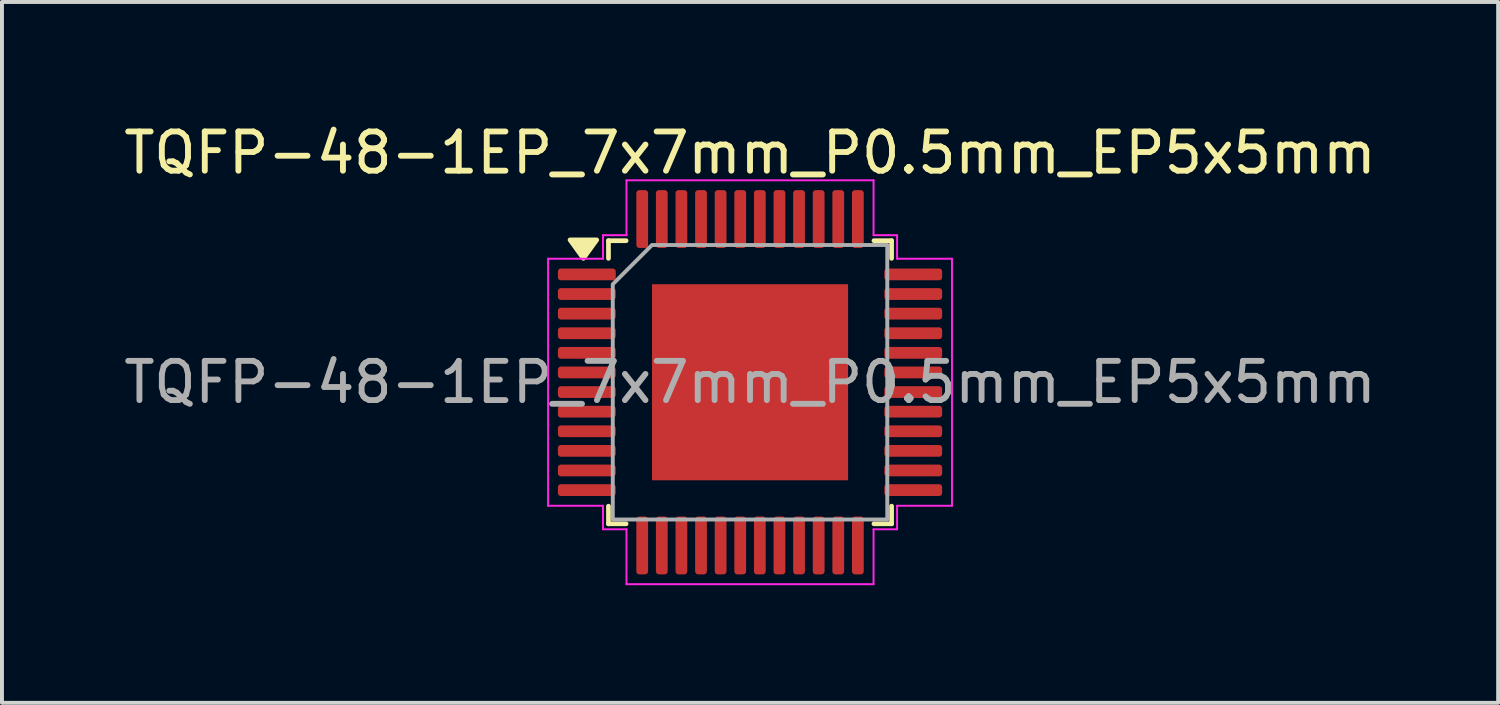
<source format=kicad_pcb>
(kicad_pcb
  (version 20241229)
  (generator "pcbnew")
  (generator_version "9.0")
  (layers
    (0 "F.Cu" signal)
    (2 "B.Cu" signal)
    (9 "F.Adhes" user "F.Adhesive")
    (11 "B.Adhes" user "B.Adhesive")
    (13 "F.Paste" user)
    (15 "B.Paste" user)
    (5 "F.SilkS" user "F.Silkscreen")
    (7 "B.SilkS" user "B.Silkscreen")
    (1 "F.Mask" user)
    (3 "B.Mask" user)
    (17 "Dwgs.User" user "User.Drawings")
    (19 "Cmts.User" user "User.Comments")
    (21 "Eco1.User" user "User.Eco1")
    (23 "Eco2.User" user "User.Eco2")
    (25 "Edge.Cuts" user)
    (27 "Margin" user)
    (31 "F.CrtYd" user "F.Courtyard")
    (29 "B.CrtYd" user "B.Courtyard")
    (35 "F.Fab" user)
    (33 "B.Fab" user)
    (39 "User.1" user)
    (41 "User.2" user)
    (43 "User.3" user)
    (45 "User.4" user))
  (footprint "TQFP-48-1EP_7x7mm_P0.5mm_EP5x5mm"
    (layer "F.Cu")
    (at 16.077 6.698)
    (property "Reference" "TQFP-48-1EP_7x7mm_P0.5mm_EP5x5mm" (at 0 -5.85 0) (layer "F.SilkS") (effects (font (size 1 1) (thickness 0.15))))
    (attr smd)
    (fp_line (start -3.61 -3.61) (end -3.16 -3.61) (stroke (width 0.12) (type solid)) (layer "F.SilkS"))
    (fp_line (start -3.61 -3.16) (end -3.61 -3.61) (stroke (width 0.12) (type solid)) (layer "F.SilkS"))
    (fp_line (start -3.61 3.61) (end -3.61 3.16) (stroke (width 0.12) (type solid)) (layer "F.SilkS"))
    (fp_line (start -3.16 3.61) (end -3.61 3.61) (stroke (width 0.12) (type solid)) (layer "F.SilkS"))
    (fp_line (start 3.16 -3.61) (end 3.61 -3.61) (stroke (width 0.12) (type solid)) (layer "F.SilkS"))
    (fp_line (start 3.61 -3.61) (end 3.61 -3.16) (stroke (width 0.12) (type solid)) (layer "F.SilkS"))
    (fp_line (start 3.61 3.16) (end 3.61 3.61) (stroke (width 0.12) (type solid)) (layer "F.SilkS"))
    (fp_line (start 3.61 3.61) (end 3.16 3.61) (stroke (width 0.12) (type solid)) (layer "F.SilkS"))
    (fp_poly (pts (xy -4.25 -3.16) (xy -4.59 -3.63) (xy -3.91 -3.63)) (stroke (width 0.12) (type solid)) (fill yes) (layer "F.SilkS"))
    (fp_line (start -5.15 -3.15) (end -3.75 -3.15) (stroke (width 0.05) (type solid)) (layer "F.CrtYd"))
    (fp_line (start -5.15 3.15) (end -5.15 -3.15) (stroke (width 0.05) (type solid)) (layer "F.CrtYd"))
    (fp_line (start -3.75 -3.75) (end -3.15 -3.75) (stroke (width 0.05) (type solid)) (layer "F.CrtYd"))
    (fp_line (start -3.75 -3.15) (end -3.75 -3.75) (stroke (width 0.05) (type solid)) (layer "F.CrtYd"))
    (fp_line (start -3.75 3.15) (end -5.15 3.15) (stroke (width 0.05) (type solid)) (layer "F.CrtYd"))
    (fp_line (start -3.75 3.75) (end -3.75 3.15) (stroke (width 0.05) (type solid)) (layer "F.CrtYd"))
    (fp_line (start -3.15 -5.15) (end 3.15 -5.15) (stroke (width 0.05) (type solid)) (layer "F.CrtYd"))
    (fp_line (start -3.15 -3.75) (end -3.15 -5.15) (stroke (width 0.05) (type solid)) (layer "F.CrtYd"))
    (fp_line (start -3.15 3.75) (end -3.75 3.75) (stroke (width 0.05) (type solid)) (layer "F.CrtYd"))
    (fp_line (start -3.15 5.15) (end -3.15 3.75) (stroke (width 0.05) (type solid)) (layer "F.CrtYd"))
    (fp_line (start 3.15 -5.15) (end 3.15 -3.75) (stroke (width 0.05) (type solid)) (layer "F.CrtYd"))
    (fp_line (start 3.15 -3.75) (end 3.75 -3.75) (stroke (width 0.05) (type solid)) (layer "F.CrtYd"))
    (fp_line (start 3.15 3.75) (end 3.15 5.15) (stroke (width 0.05) (type solid)) (layer "F.CrtYd"))
    (fp_line (start 3.15 5.15) (end -3.15 5.15) (stroke (width 0.05) (type solid)) (layer "F.CrtYd"))
    (fp_line (start 3.75 -3.75) (end 3.75 -3.15) (stroke (width 0.05) (type solid)) (layer "F.CrtYd"))
    (fp_line (start 3.75 -3.15) (end 5.15 -3.15) (stroke (width 0.05) (type solid)) (layer "F.CrtYd"))
    (fp_line (start 3.75 3.15) (end 3.75 3.75) (stroke (width 0.05) (type solid)) (layer "F.CrtYd"))
    (fp_line (start 3.75 3.75) (end 3.15 3.75) (stroke (width 0.05) (type solid)) (layer "F.CrtYd"))
    (fp_line (start 5.15 -3.15) (end 5.15 3.15) (stroke (width 0.05) (type solid)) (layer "F.CrtYd"))
    (fp_line (start 5.15 3.15) (end 3.75 3.15) (stroke (width 0.05) (type solid)) (layer "F.CrtYd"))
    (fp_poly (pts (xy -3.5 -2.5) (xy -3.5 3.5) (xy 3.5 3.5) (xy 3.5 -3.5) (xy -2.5 -3.5)) (stroke (width 0.1) (type solid)) (fill no) (layer "F.Fab"))
    (fp_text user "${REFERENCE}" (at 0 0 0) (layer "F.Fab") (effects (font (size 1 1) (thickness 0.15))))
    (pad "" smd roundrect (at -1.875 -1.875) (size 1.01 1.01) (layers "F.Paste") (roundrect_rratio 0.248))
    (pad "" smd roundrect (at -1.875 -0.625) (size 1.01 1.01) (layers "F.Paste") (roundrect_rratio 0.248))
    (pad "" smd roundrect (at -1.875 0.625) (size 1.01 1.01) (layers "F.Paste") (roundrect_rratio 0.248))
    (pad "" smd roundrect (at -1.875 1.875) (size 1.01 1.01) (layers "F.Paste") (roundrect_rratio 0.248))
    (pad "" smd roundrect (at -0.625 -1.875) (size 1.01 1.01) (layers "F.Paste") (roundrect_rratio 0.248))
    (pad "" smd roundrect (at -0.625 -0.625) (size 1.01 1.01) (layers "F.Paste") (roundrect_rratio 0.248))
    (pad "" smd roundrect (at -0.625 0.625) (size 1.01 1.01) (layers "F.Paste") (roundrect_rratio 0.248))
    (pad "" smd roundrect (at -0.625 1.875) (size 1.01 1.01) (layers "F.Paste") (roundrect_rratio 0.248))
    (pad "" smd roundrect (at 0.625 -1.875) (size 1.01 1.01) (layers "F.Paste") (roundrect_rratio 0.248))
    (pad "" smd roundrect (at 0.625 -0.625) (size 1.01 1.01) (layers "F.Paste") (roundrect_rratio 0.248))
    (pad "" smd roundrect (at 0.625 0.625) (size 1.01 1.01) (layers "F.Paste") (roundrect_rratio 0.248))
    (pad "" smd roundrect (at 0.625 1.875) (size 1.01 1.01) (layers "F.Paste") (roundrect_rratio 0.248))
    (pad "" smd roundrect (at 1.875 -1.875) (size 1.01 1.01) (layers "F.Paste") (roundrect_rratio 0.248))
    (pad "" smd roundrect (at 1.875 -0.625) (size 1.01 1.01) (layers "F.Paste") (roundrect_rratio 0.248))
    (pad "" smd roundrect (at 1.875 0.625) (size 1.01 1.01) (layers "F.Paste") (roundrect_rratio 0.248))
    (pad "" smd roundrect (at 1.875 1.875) (size 1.01 1.01) (layers "F.Paste") (roundrect_rratio 0.248))
    (pad "1" smd roundrect (at -4.162 -2.75) (size 1.475 0.3) (layers "F.Cu" "F.Mask" "F.Paste") (roundrect_rratio 0.25))
    (pad "2" smd roundrect (at -4.162 -2.25) (size 1.475 0.3) (layers "F.Cu" "F.Mask" "F.Paste") (roundrect_rratio 0.25))
    (pad "3" smd roundrect (at -4.162 -1.75) (size 1.475 0.3) (layers "F.Cu" "F.Mask" "F.Paste") (roundrect_rratio 0.25))
    (pad "4" smd roundrect (at -4.162 -1.25) (size 1.475 0.3) (layers "F.Cu" "F.Mask" "F.Paste") (roundrect_rratio 0.25))
    (pad "5" smd roundrect (at -4.162 -0.75) (size 1.475 0.3) (layers "F.Cu" "F.Mask" "F.Paste") (roundrect_rratio 0.25))
    (pad "6" smd roundrect (at -4.162 -0.25) (size 1.475 0.3) (layers "F.Cu" "F.Mask" "F.Paste") (roundrect_rratio 0.25))
    (pad "7" smd roundrect (at -4.162 0.25) (size 1.475 0.3) (layers "F.Cu" "F.Mask" "F.Paste") (roundrect_rratio 0.25))
    (pad "8" smd roundrect (at -4.162 0.75) (size 1.475 0.3) (layers "F.Cu" "F.Mask" "F.Paste") (roundrect_rratio 0.25))
    (pad "9" smd roundrect (at -4.162 1.25) (size 1.475 0.3) (layers "F.Cu" "F.Mask" "F.Paste") (roundrect_rratio 0.25))
    (pad "10" smd roundrect (at -4.162 1.75) (size 1.475 0.3) (layers "F.Cu" "F.Mask" "F.Paste") (roundrect_rratio 0.25))
    (pad "11" smd roundrect (at -4.162 2.25) (size 1.475 0.3) (layers "F.Cu" "F.Mask" "F.Paste") (roundrect_rratio 0.25))
    (pad "12" smd roundrect (at -4.162 2.75) (size 1.475 0.3) (layers "F.Cu" "F.Mask" "F.Paste") (roundrect_rratio 0.25))
    (pad "13" smd roundrect (at -2.75 4.162) (size 0.3 1.475) (layers "F.Cu" "F.Mask" "F.Paste") (roundrect_rratio 0.25))
    (pad "14" smd roundrect (at -2.25 4.162) (size 0.3 1.475) (layers "F.Cu" "F.Mask" "F.Paste") (roundrect_rratio 0.25))
    (pad "15" smd roundrect (at -1.75 4.162) (size 0.3 1.475) (layers "F.Cu" "F.Mask" "F.Paste") (roundrect_rratio 0.25))
    (pad "16" smd roundrect (at -1.25 4.162) (size 0.3 1.475) (layers "F.Cu" "F.Mask" "F.Paste") (roundrect_rratio 0.25))
    (pad "17" smd roundrect (at -0.75 4.162) (size 0.3 1.475) (layers "F.Cu" "F.Mask" "F.Paste") (roundrect_rratio 0.25))
    (pad "18" smd roundrect (at -0.25 4.162) (size 0.3 1.475) (layers "F.Cu" "F.Mask" "F.Paste") (roundrect_rratio 0.25))
    (pad "19" smd roundrect (at 0.25 4.162) (size 0.3 1.475) (layers "F.Cu" "F.Mask" "F.Paste") (roundrect_rratio 0.25))
    (pad "20" smd roundrect (at 0.75 4.162) (size 0.3 1.475) (layers "F.Cu" "F.Mask" "F.Paste") (roundrect_rratio 0.25))
    (pad "21" smd roundrect (at 1.25 4.162) (size 0.3 1.475) (layers "F.Cu" "F.Mask" "F.Paste") (roundrect_rratio 0.25))
    (pad "22" smd roundrect (at 1.75 4.162) (size 0.3 1.475) (layers "F.Cu" "F.Mask" "F.Paste") (roundrect_rratio 0.25))
    (pad "23" smd roundrect (at 2.25 4.162) (size 0.3 1.475) (layers "F.Cu" "F.Mask" "F.Paste") (roundrect_rratio 0.25))
    (pad "24" smd roundrect (at 2.75 4.162) (size 0.3 1.475) (layers "F.Cu" "F.Mask" "F.Paste") (roundrect_rratio 0.25))
    (pad "25" smd roundrect (at 4.162 2.75) (size 1.475 0.3) (layers "F.Cu" "F.Mask" "F.Paste") (roundrect_rratio 0.25))
    (pad "26" smd roundrect (at 4.162 2.25) (size 1.475 0.3) (layers "F.Cu" "F.Mask" "F.Paste") (roundrect_rratio 0.25))
    (pad "27" smd roundrect (at 4.162 1.75) (size 1.475 0.3) (layers "F.Cu" "F.Mask" "F.Paste") (roundrect_rratio 0.25))
    (pad "28" smd roundrect (at 4.162 1.25) (size 1.475 0.3) (layers "F.Cu" "F.Mask" "F.Paste") (roundrect_rratio 0.25))
    (pad "29" smd roundrect (at 4.162 0.75) (size 1.475 0.3) (layers "F.Cu" "F.Mask" "F.Paste") (roundrect_rratio 0.25))
    (pad "30" smd roundrect (at 4.162 0.25) (size 1.475 0.3) (layers "F.Cu" "F.Mask" "F.Paste") (roundrect_rratio 0.25))
    (pad "31" smd roundrect (at 4.162 -0.25) (size 1.475 0.3) (layers "F.Cu" "F.Mask" "F.Paste") (roundrect_rratio 0.25))
    (pad "32" smd roundrect (at 4.162 -0.75) (size 1.475 0.3) (layers "F.Cu" "F.Mask" "F.Paste") (roundrect_rratio 0.25))
    (pad "33" smd roundrect (at 4.162 -1.25) (size 1.475 0.3) (layers "F.Cu" "F.Mask" "F.Paste") (roundrect_rratio 0.25))
    (pad "34" smd roundrect (at 4.162 -1.75) (size 1.475 0.3) (layers "F.Cu" "F.Mask" "F.Paste") (roundrect_rratio 0.25))
    (pad "35" smd roundrect (at 4.162 -2.25) (size 1.475 0.3) (layers "F.Cu" "F.Mask" "F.Paste") (roundrect_rratio 0.25))
    (pad "36" smd roundrect (at 4.162 -2.75) (size 1.475 0.3) (layers "F.Cu" "F.Mask" "F.Paste") (roundrect_rratio 0.25))
    (pad "37" smd roundrect (at 2.75 -4.162) (size 0.3 1.475) (layers "F.Cu" "F.Mask" "F.Paste") (roundrect_rratio 0.25))
    (pad "38" smd roundrect (at 2.25 -4.162) (size 0.3 1.475) (layers "F.Cu" "F.Mask" "F.Paste") (roundrect_rratio 0.25))
    (pad "39" smd roundrect (at 1.75 -4.162) (size 0.3 1.475) (layers "F.Cu" "F.Mask" "F.Paste") (roundrect_rratio 0.25))
    (pad "40" smd roundrect (at 1.25 -4.162) (size 0.3 1.475) (layers "F.Cu" "F.Mask" "F.Paste") (roundrect_rratio 0.25))
    (pad "41" smd roundrect (at 0.75 -4.162) (size 0.3 1.475) (layers "F.Cu" "F.Mask" "F.Paste") (roundrect_rratio 0.25))
    (pad "42" smd roundrect (at 0.25 -4.162) (size 0.3 1.475) (layers "F.Cu" "F.Mask" "F.Paste") (roundrect_rratio 0.25))
    (pad "43" smd roundrect (at -0.25 -4.162) (size 0.3 1.475) (layers "F.Cu" "F.Mask" "F.Paste") (roundrect_rratio 0.25))
    (pad "44" smd roundrect (at -0.75 -4.162) (size 0.3 1.475) (layers "F.Cu" "F.Mask" "F.Paste") (roundrect_rratio 0.25))
    (pad "45" smd roundrect (at -1.25 -4.162) (size 0.3 1.475) (layers "F.Cu" "F.Mask" "F.Paste") (roundrect_rratio 0.25))
    (pad "46" smd roundrect (at -1.75 -4.162) (size 0.3 1.475) (layers "F.Cu" "F.Mask" "F.Paste") (roundrect_rratio 0.25))
    (pad "47" smd roundrect (at -2.25 -4.162) (size 0.3 1.475) (layers "F.Cu" "F.Mask" "F.Paste") (roundrect_rratio 0.25))
    (pad "48" smd roundrect (at -2.75 -4.162) (size 0.3 1.475) (layers "F.Cu" "F.Mask" "F.Paste") (roundrect_rratio 0.25))
    (pad "49" smd rect (at 0 0) (size 5 5) (property pad_prop_heatsink) (layers "F.Cu" "F.Mask")))
  (gr_rect
    (start -3 -3)
    (end 35.155 14.873)
    (stroke (width 0.1) (type default))
    (fill no)
    (layer "Edge.Cuts")))
</source>
